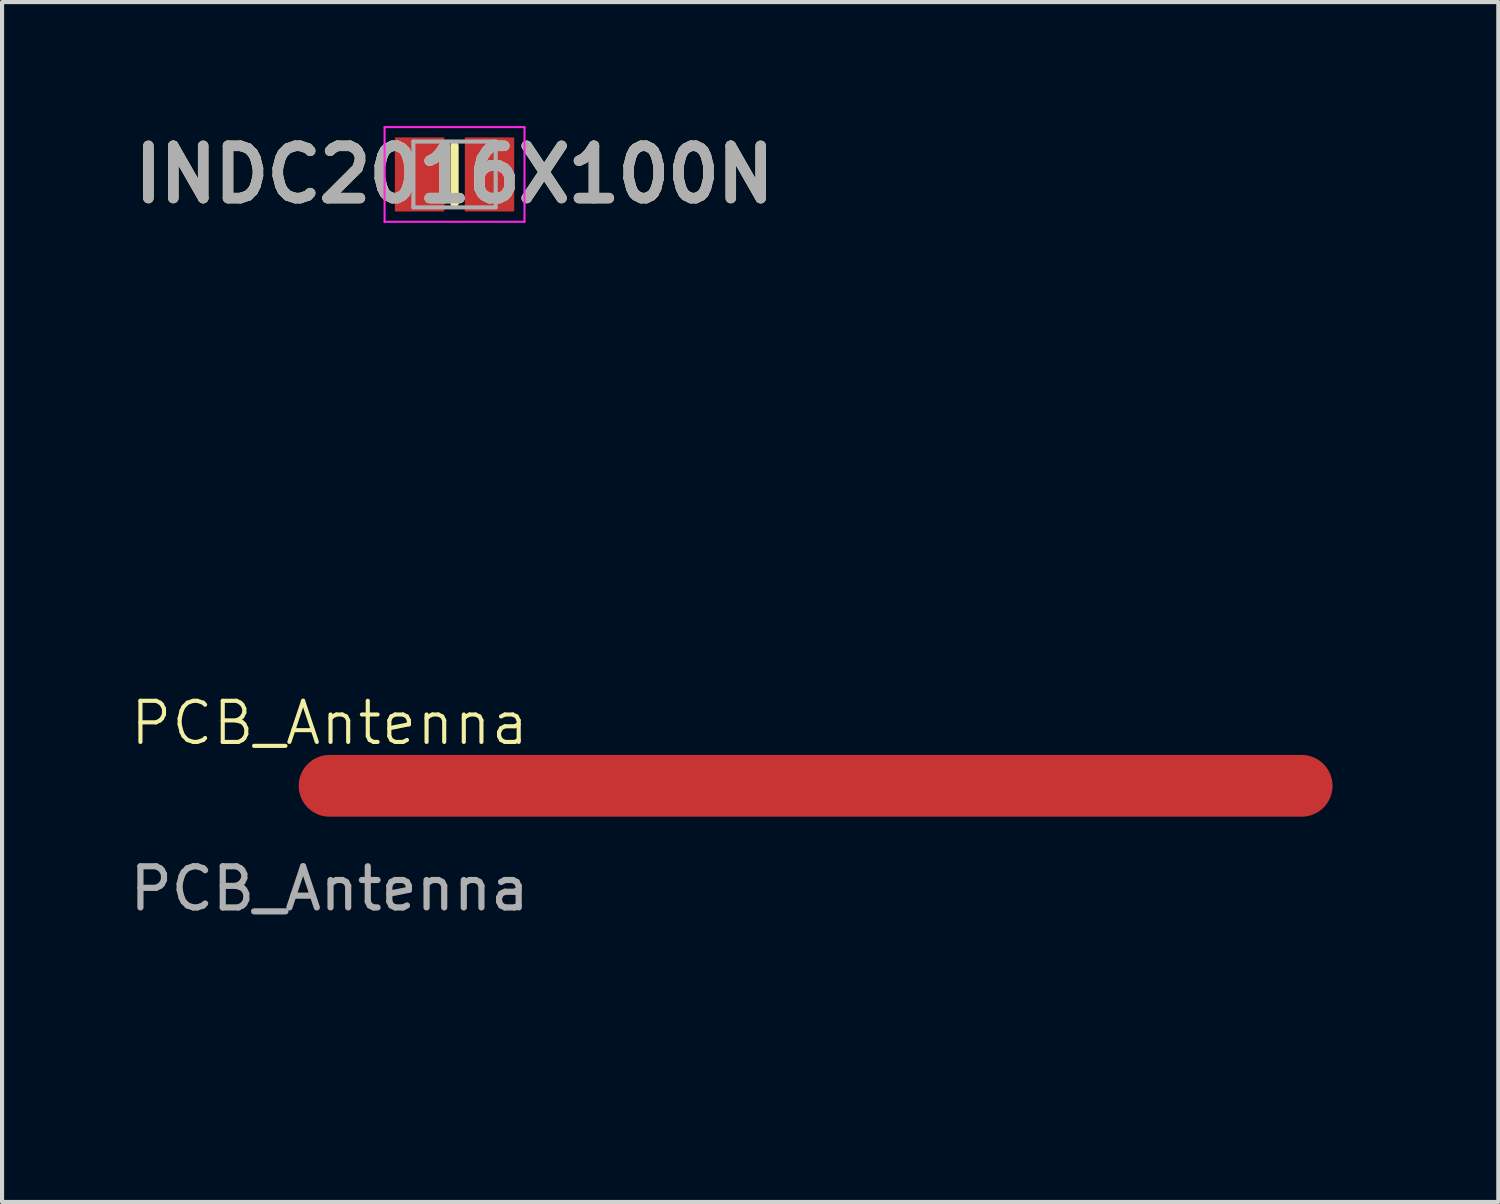
<source format=kicad_pcb>
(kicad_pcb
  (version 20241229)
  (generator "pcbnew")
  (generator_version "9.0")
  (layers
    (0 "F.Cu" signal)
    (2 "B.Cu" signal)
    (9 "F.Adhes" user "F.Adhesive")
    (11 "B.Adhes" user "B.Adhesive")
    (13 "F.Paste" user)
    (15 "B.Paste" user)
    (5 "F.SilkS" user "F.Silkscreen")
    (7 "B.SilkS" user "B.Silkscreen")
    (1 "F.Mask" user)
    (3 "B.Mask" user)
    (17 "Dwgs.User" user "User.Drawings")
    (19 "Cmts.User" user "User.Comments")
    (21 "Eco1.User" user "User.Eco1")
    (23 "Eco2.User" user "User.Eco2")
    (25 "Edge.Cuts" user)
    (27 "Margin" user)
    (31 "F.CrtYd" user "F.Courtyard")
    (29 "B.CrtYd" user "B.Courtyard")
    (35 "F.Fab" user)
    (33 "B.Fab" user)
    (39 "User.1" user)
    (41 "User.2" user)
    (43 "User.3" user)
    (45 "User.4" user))
  (footprint "INDC2016X100N"
    (layer "F.Cu")
    (at 7.995 1.189)
    (property "Reference" "INDC2016X100N" (at 0 0 0) (layer "F.SilkS") (effects (font (size 1.27 1.27) (thickness 0.254))))
    (attr smd)
    (fp_line (start 0 -0.7) (end 0 0.7) (stroke (width 0.2) (type solid)) (layer "F.SilkS"))
    (fp_line (start -1.7 -1.15) (end 1.7 -1.15) (stroke (width 0.05) (type solid)) (layer "F.CrtYd"))
    (fp_line (start -1.7 1.15) (end -1.7 -1.15) (stroke (width 0.05) (type solid)) (layer "F.CrtYd"))
    (fp_line (start 1.7 -1.15) (end 1.7 1.15) (stroke (width 0.05) (type solid)) (layer "F.CrtYd"))
    (fp_line (start 1.7 1.15) (end -1.7 1.15) (stroke (width 0.05) (type solid)) (layer "F.CrtYd"))
    (fp_line (start -1 -0.8) (end 1 -0.8) (stroke (width 0.1) (type solid)) (layer "F.Fab"))
    (fp_line (start -1 0.8) (end -1 -0.8) (stroke (width 0.1) (type solid)) (layer "F.Fab"))
    (fp_line (start 1 -0.8) (end 1 0.8) (stroke (width 0.1) (type solid)) (layer "F.Fab"))
    (fp_line (start 1 0.8) (end -1 0.8) (stroke (width 0.1) (type solid)) (layer "F.Fab"))
    (fp_text user "${REFERENCE}" (at 0 0 0) (layer "F.Fab") (effects (font (size 1.27 1.27) (thickness 0.254))))
    (pad "1" smd rect (at -0.85 0) (size 1.2 1.8) (layers "F.Cu" "F.Mask" "F.Paste"))
    (pad "2" smd rect (at 0.85 0) (size 1.2 1.8) (layers "F.Cu" "F.Mask" "F.Paste")))
  (footprint "PCB_Antenna"
    (layer "F.Cu")
    (at 4.958 16.045)
    (property "Reference" "PCB_Antenna" (at 0 -1.524 0) (unlocked yes) (layer "F.SilkS") (effects (font (size 1 1) (thickness 0.1))))
    (attr through_hole)
    (fp_line (start 0 0) (end 23.622 0) (stroke (width 1.5) (type solid)) (layer "F.Cu"))
    (fp_text user "${REFERENCE}" (at 0 2.5 0) (unlocked yes) (layer "F.Fab") (effects (font (size 1 1) (thickness 0.15))))
    (pad "1" smd circle (at 0 0) (size 1.27 1.27) (layers "F.Cu" "F.Mask" "F.Paste"))
    (zone (net_name "") (layers "F.Cu" "B.Cu") (name "ANTENNA") (hatch edge 0.5) (connect_pads) (min_thickness 0.25) (filled_areas_thickness no) (keepout (tracks not_allowed) (vias not_allowed) (pads not_allowed) (copperpour not_allowed) (footprints not_allowed)) (placement (enabled no)) (fill) (polygon (pts (xy 4.958 5.377) (xy 30.358 5.377) (xy 30.358 23.157) (xy 4.958 23.157)))))
  (gr_rect
    (start -3 -3)
    (end 33.358 26.157)
    (stroke (width 0.1) (type default))
    (fill no)
    (layer "Edge.Cuts")))
</source>
